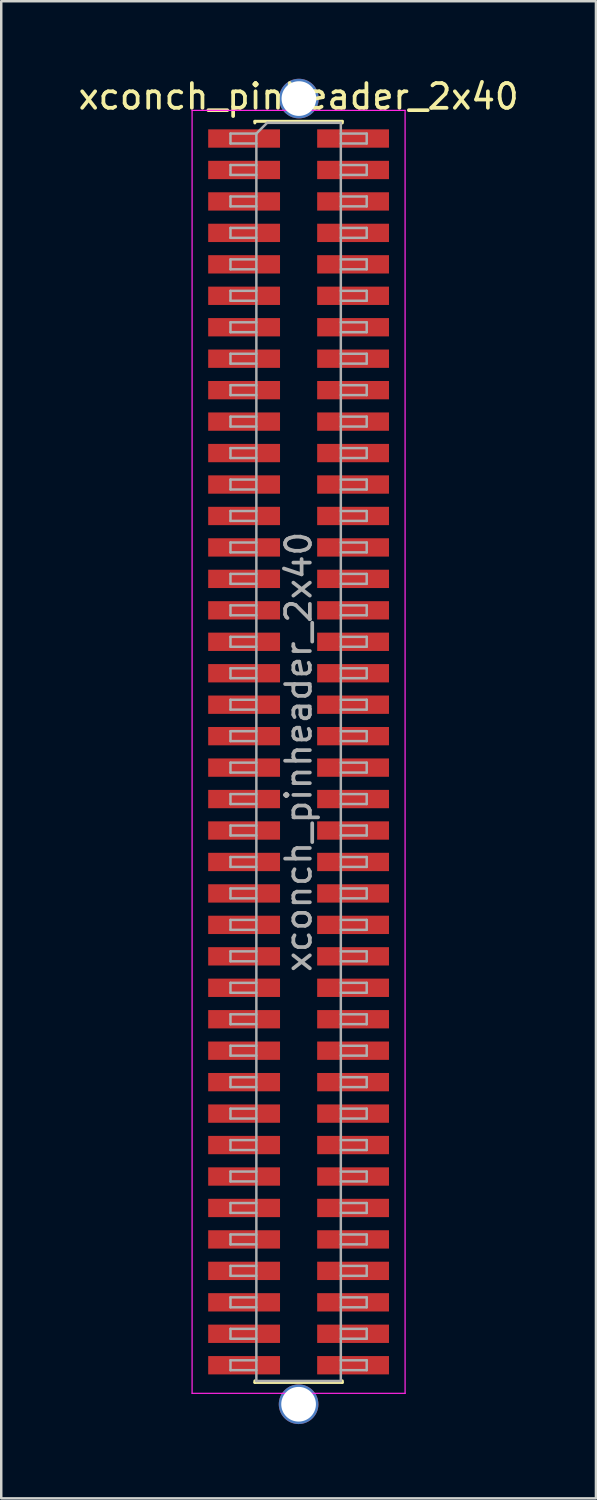
<source format=kicad_pcb>
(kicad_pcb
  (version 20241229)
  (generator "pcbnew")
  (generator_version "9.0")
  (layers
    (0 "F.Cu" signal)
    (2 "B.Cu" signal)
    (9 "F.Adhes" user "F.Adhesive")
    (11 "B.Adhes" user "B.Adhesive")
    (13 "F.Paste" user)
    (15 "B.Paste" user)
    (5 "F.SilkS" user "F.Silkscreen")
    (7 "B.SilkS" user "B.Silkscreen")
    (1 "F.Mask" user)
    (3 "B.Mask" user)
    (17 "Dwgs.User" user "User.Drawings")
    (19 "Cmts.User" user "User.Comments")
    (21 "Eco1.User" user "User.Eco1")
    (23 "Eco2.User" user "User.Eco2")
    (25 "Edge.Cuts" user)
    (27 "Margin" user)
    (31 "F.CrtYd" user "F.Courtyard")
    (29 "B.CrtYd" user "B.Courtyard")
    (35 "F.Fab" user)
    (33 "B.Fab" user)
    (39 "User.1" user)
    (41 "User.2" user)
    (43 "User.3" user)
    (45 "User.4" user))
  (footprint "xconch_pinheader_2x40"
    (layer "F.Cu")
    (at 9.006 27.308)
    (property "Reference" "xconch_pinheader_2x40" (at 0 -26.46 0) (layer "F.SilkS") (effects (font (size 1 1) (thickness 0.15))))
    (attr smd)
    (fp_line (start -1.765 -25.46) (end -1.765 -25.395) (stroke (width 0.12) (type solid)) (layer "F.SilkS"))
    (fp_line (start -1.765 -25.46) (end 1.765 -25.46) (stroke (width 0.12) (type solid)) (layer "F.SilkS"))
    (fp_line (start -1.765 25.395) (end -1.765 25.46) (stroke (width 0.12) (type solid)) (layer "F.SilkS"))
    (fp_line (start -1.765 25.46) (end 1.765 25.46) (stroke (width 0.12) (type solid)) (layer "F.SilkS"))
    (fp_line (start 1.765 -25.46) (end 1.765 -25.395) (stroke (width 0.12) (type solid)) (layer "F.SilkS"))
    (fp_line (start 1.765 25.395) (end 1.765 25.46) (stroke (width 0.12) (type solid)) (layer "F.SilkS"))
    (fp_line (start -4.3 -25.9) (end -4.3 25.9) (stroke (width 0.05) (type solid)) (layer "F.CrtYd"))
    (fp_line (start -4.3 25.9) (end 4.3 25.9) (stroke (width 0.05) (type solid)) (layer "F.CrtYd"))
    (fp_line (start 4.3 -25.9) (end -4.3 -25.9) (stroke (width 0.05) (type solid)) (layer "F.CrtYd"))
    (fp_line (start 4.3 25.9) (end 4.3 -25.9) (stroke (width 0.05) (type solid)) (layer "F.CrtYd"))
    (fp_line (start -2.75 -24.965) (end -2.75 -24.565) (stroke (width 0.1) (type solid)) (layer "F.Fab"))
    (fp_line (start -2.75 -24.565) (end -1.705 -24.565) (stroke (width 0.1) (type solid)) (layer "F.Fab"))
    (fp_line (start -2.75 -23.695) (end -2.75 -23.295) (stroke (width 0.1) (type solid)) (layer "F.Fab"))
    (fp_line (start -2.75 -23.295) (end -1.705 -23.295) (stroke (width 0.1) (type solid)) (layer "F.Fab"))
    (fp_line (start -2.75 -22.425) (end -2.75 -22.025) (stroke (width 0.1) (type solid)) (layer "F.Fab"))
    (fp_line (start -2.75 -22.025) (end -1.705 -22.025) (stroke (width 0.1) (type solid)) (layer "F.Fab"))
    (fp_line (start -2.75 -21.155) (end -2.75 -20.755) (stroke (width 0.1) (type solid)) (layer "F.Fab"))
    (fp_line (start -2.75 -20.755) (end -1.705 -20.755) (stroke (width 0.1) (type solid)) (layer "F.Fab"))
    (fp_line (start -2.75 -19.885) (end -2.75 -19.485) (stroke (width 0.1) (type solid)) (layer "F.Fab"))
    (fp_line (start -2.75 -19.485) (end -1.705 -19.485) (stroke (width 0.1) (type solid)) (layer "F.Fab"))
    (fp_line (start -2.75 -18.615) (end -2.75 -18.215) (stroke (width 0.1) (type solid)) (layer "F.Fab"))
    (fp_line (start -2.75 -18.215) (end -1.705 -18.215) (stroke (width 0.1) (type solid)) (layer "F.Fab"))
    (fp_line (start -2.75 -17.345) (end -2.75 -16.945) (stroke (width 0.1) (type solid)) (layer "F.Fab"))
    (fp_line (start -2.75 -16.945) (end -1.705 -16.945) (stroke (width 0.1) (type solid)) (layer "F.Fab"))
    (fp_line (start -2.75 -16.075) (end -2.75 -15.675) (stroke (width 0.1) (type solid)) (layer "F.Fab"))
    (fp_line (start -2.75 -15.675) (end -1.705 -15.675) (stroke (width 0.1) (type solid)) (layer "F.Fab"))
    (fp_line (start -2.75 -14.805) (end -2.75 -14.405) (stroke (width 0.1) (type solid)) (layer "F.Fab"))
    (fp_line (start -2.75 -14.405) (end -1.705 -14.405) (stroke (width 0.1) (type solid)) (layer "F.Fab"))
    (fp_line (start -2.75 -13.535) (end -2.75 -13.135) (stroke (width 0.1) (type solid)) (layer "F.Fab"))
    (fp_line (start -2.75 -13.135) (end -1.705 -13.135) (stroke (width 0.1) (type solid)) (layer "F.Fab"))
    (fp_line (start -2.75 -12.265) (end -2.75 -11.865) (stroke (width 0.1) (type solid)) (layer "F.Fab"))
    (fp_line (start -2.75 -11.865) (end -1.705 -11.865) (stroke (width 0.1) (type solid)) (layer "F.Fab"))
    (fp_line (start -2.75 -10.995) (end -2.75 -10.595) (stroke (width 0.1) (type solid)) (layer "F.Fab"))
    (fp_line (start -2.75 -10.595) (end -1.705 -10.595) (stroke (width 0.1) (type solid)) (layer "F.Fab"))
    (fp_line (start -2.75 -9.725) (end -2.75 -9.325) (stroke (width 0.1) (type solid)) (layer "F.Fab"))
    (fp_line (start -2.75 -9.325) (end -1.705 -9.325) (stroke (width 0.1) (type solid)) (layer "F.Fab"))
    (fp_line (start -2.75 -8.455) (end -2.75 -8.055) (stroke (width 0.1) (type solid)) (layer "F.Fab"))
    (fp_line (start -2.75 -8.055) (end -1.705 -8.055) (stroke (width 0.1) (type solid)) (layer "F.Fab"))
    (fp_line (start -2.75 -7.185) (end -2.75 -6.785) (stroke (width 0.1) (type solid)) (layer "F.Fab"))
    (fp_line (start -2.75 -6.785) (end -1.705 -6.785) (stroke (width 0.1) (type solid)) (layer "F.Fab"))
    (fp_line (start -2.75 -5.915) (end -2.75 -5.515) (stroke (width 0.1) (type solid)) (layer "F.Fab"))
    (fp_line (start -2.75 -5.515) (end -1.705 -5.515) (stroke (width 0.1) (type solid)) (layer "F.Fab"))
    (fp_line (start -2.75 -4.645) (end -2.75 -4.245) (stroke (width 0.1) (type solid)) (layer "F.Fab"))
    (fp_line (start -2.75 -4.245) (end -1.705 -4.245) (stroke (width 0.1) (type solid)) (layer "F.Fab"))
    (fp_line (start -2.75 -3.375) (end -2.75 -2.975) (stroke (width 0.1) (type solid)) (layer "F.Fab"))
    (fp_line (start -2.75 -2.975) (end -1.705 -2.975) (stroke (width 0.1) (type solid)) (layer "F.Fab"))
    (fp_line (start -2.75 -2.105) (end -2.75 -1.705) (stroke (width 0.1) (type solid)) (layer "F.Fab"))
    (fp_line (start -2.75 -1.705) (end -1.705 -1.705) (stroke (width 0.1) (type solid)) (layer "F.Fab"))
    (fp_line (start -2.75 -0.835) (end -2.75 -0.435) (stroke (width 0.1) (type solid)) (layer "F.Fab"))
    (fp_line (start -2.75 -0.435) (end -1.705 -0.435) (stroke (width 0.1) (type solid)) (layer "F.Fab"))
    (fp_line (start -2.75 0.435) (end -2.75 0.835) (stroke (width 0.1) (type solid)) (layer "F.Fab"))
    (fp_line (start -2.75 0.835) (end -1.705 0.835) (stroke (width 0.1) (type solid)) (layer "F.Fab"))
    (fp_line (start -2.75 1.705) (end -2.75 2.105) (stroke (width 0.1) (type solid)) (layer "F.Fab"))
    (fp_line (start -2.75 2.105) (end -1.705 2.105) (stroke (width 0.1) (type solid)) (layer "F.Fab"))
    (fp_line (start -2.75 2.975) (end -2.75 3.375) (stroke (width 0.1) (type solid)) (layer "F.Fab"))
    (fp_line (start -2.75 3.375) (end -1.705 3.375) (stroke (width 0.1) (type solid)) (layer "F.Fab"))
    (fp_line (start -2.75 4.245) (end -2.75 4.645) (stroke (width 0.1) (type solid)) (layer "F.Fab"))
    (fp_line (start -2.75 4.645) (end -1.705 4.645) (stroke (width 0.1) (type solid)) (layer "F.Fab"))
    (fp_line (start -2.75 5.515) (end -2.75 5.915) (stroke (width 0.1) (type solid)) (layer "F.Fab"))
    (fp_line (start -2.75 5.915) (end -1.705 5.915) (stroke (width 0.1) (type solid)) (layer "F.Fab"))
    (fp_line (start -2.75 6.785) (end -2.75 7.185) (stroke (width 0.1) (type solid)) (layer "F.Fab"))
    (fp_line (start -2.75 7.185) (end -1.705 7.185) (stroke (width 0.1) (type solid)) (layer "F.Fab"))
    (fp_line (start -2.75 8.055) (end -2.75 8.455) (stroke (width 0.1) (type solid)) (layer "F.Fab"))
    (fp_line (start -2.75 8.455) (end -1.705 8.455) (stroke (width 0.1) (type solid)) (layer "F.Fab"))
    (fp_line (start -2.75 9.325) (end -2.75 9.725) (stroke (width 0.1) (type solid)) (layer "F.Fab"))
    (fp_line (start -2.75 9.725) (end -1.705 9.725) (stroke (width 0.1) (type solid)) (layer "F.Fab"))
    (fp_line (start -2.75 10.595) (end -2.75 10.995) (stroke (width 0.1) (type solid)) (layer "F.Fab"))
    (fp_line (start -2.75 10.995) (end -1.705 10.995) (stroke (width 0.1) (type solid)) (layer "F.Fab"))
    (fp_line (start -2.75 11.865) (end -2.75 12.265) (stroke (width 0.1) (type solid)) (layer "F.Fab"))
    (fp_line (start -2.75 12.265) (end -1.705 12.265) (stroke (width 0.1) (type solid)) (layer "F.Fab"))
    (fp_line (start -2.75 13.135) (end -2.75 13.535) (stroke (width 0.1) (type solid)) (layer "F.Fab"))
    (fp_line (start -2.75 13.535) (end -1.705 13.535) (stroke (width 0.1) (type solid)) (layer "F.Fab"))
    (fp_line (start -2.75 14.405) (end -2.75 14.805) (stroke (width 0.1) (type solid)) (layer "F.Fab"))
    (fp_line (start -2.75 14.805) (end -1.705 14.805) (stroke (width 0.1) (type solid)) (layer "F.Fab"))
    (fp_line (start -2.75 15.675) (end -2.75 16.075) (stroke (width 0.1) (type solid)) (layer "F.Fab"))
    (fp_line (start -2.75 16.075) (end -1.705 16.075) (stroke (width 0.1) (type solid)) (layer "F.Fab"))
    (fp_line (start -2.75 16.945) (end -2.75 17.345) (stroke (width 0.1) (type solid)) (layer "F.Fab"))
    (fp_line (start -2.75 17.345) (end -1.705 17.345) (stroke (width 0.1) (type solid)) (layer "F.Fab"))
    (fp_line (start -2.75 18.215) (end -2.75 18.615) (stroke (width 0.1) (type solid)) (layer "F.Fab"))
    (fp_line (start -2.75 18.615) (end -1.705 18.615) (stroke (width 0.1) (type solid)) (layer "F.Fab"))
    (fp_line (start -2.75 19.485) (end -2.75 19.885) (stroke (width 0.1) (type solid)) (layer "F.Fab"))
    (fp_line (start -2.75 19.885) (end -1.705 19.885) (stroke (width 0.1) (type solid)) (layer "F.Fab"))
    (fp_line (start -2.75 20.755) (end -2.75 21.155) (stroke (width 0.1) (type solid)) (layer "F.Fab"))
    (fp_line (start -2.75 21.155) (end -1.705 21.155) (stroke (width 0.1) (type solid)) (layer "F.Fab"))
    (fp_line (start -2.75 22.025) (end -2.75 22.425) (stroke (width 0.1) (type solid)) (layer "F.Fab"))
    (fp_line (start -2.75 22.425) (end -1.705 22.425) (stroke (width 0.1) (type solid)) (layer "F.Fab"))
    (fp_line (start -2.75 23.295) (end -2.75 23.695) (stroke (width 0.1) (type solid)) (layer "F.Fab"))
    (fp_line (start -2.75 23.695) (end -1.705 23.695) (stroke (width 0.1) (type solid)) (layer "F.Fab"))
    (fp_line (start -2.75 24.565) (end -2.75 24.965) (stroke (width 0.1) (type solid)) (layer "F.Fab"))
    (fp_line (start -2.75 24.965) (end -1.705 24.965) (stroke (width 0.1) (type solid)) (layer "F.Fab"))
    (fp_line (start -1.705 -24.965) (end -2.75 -24.965) (stroke (width 0.1) (type solid)) (layer "F.Fab"))
    (fp_line (start -1.705 -24.965) (end -1.27 -25.4) (stroke (width 0.1) (type solid)) (layer "F.Fab"))
    (fp_line (start -1.705 -23.695) (end -2.75 -23.695) (stroke (width 0.1) (type solid)) (layer "F.Fab"))
    (fp_line (start -1.705 -22.425) (end -2.75 -22.425) (stroke (width 0.1) (type solid)) (layer "F.Fab"))
    (fp_line (start -1.705 -21.155) (end -2.75 -21.155) (stroke (width 0.1) (type solid)) (layer "F.Fab"))
    (fp_line (start -1.705 -19.885) (end -2.75 -19.885) (stroke (width 0.1) (type solid)) (layer "F.Fab"))
    (fp_line (start -1.705 -18.615) (end -2.75 -18.615) (stroke (width 0.1) (type solid)) (layer "F.Fab"))
    (fp_line (start -1.705 -17.345) (end -2.75 -17.345) (stroke (width 0.1) (type solid)) (layer "F.Fab"))
    (fp_line (start -1.705 -16.075) (end -2.75 -16.075) (stroke (width 0.1) (type solid)) (layer "F.Fab"))
    (fp_line (start -1.705 -14.805) (end -2.75 -14.805) (stroke (width 0.1) (type solid)) (layer "F.Fab"))
    (fp_line (start -1.705 -13.535) (end -2.75 -13.535) (stroke (width 0.1) (type solid)) (layer "F.Fab"))
    (fp_line (start -1.705 -12.265) (end -2.75 -12.265) (stroke (width 0.1) (type solid)) (layer "F.Fab"))
    (fp_line (start -1.705 -10.995) (end -2.75 -10.995) (stroke (width 0.1) (type solid)) (layer "F.Fab"))
    (fp_line (start -1.705 -9.725) (end -2.75 -9.725) (stroke (width 0.1) (type solid)) (layer "F.Fab"))
    (fp_line (start -1.705 -8.455) (end -2.75 -8.455) (stroke (width 0.1) (type solid)) (layer "F.Fab"))
    (fp_line (start -1.705 -7.185) (end -2.75 -7.185) (stroke (width 0.1) (type solid)) (layer "F.Fab"))
    (fp_line (start -1.705 -5.915) (end -2.75 -5.915) (stroke (width 0.1) (type solid)) (layer "F.Fab"))
    (fp_line (start -1.705 -4.645) (end -2.75 -4.645) (stroke (width 0.1) (type solid)) (layer "F.Fab"))
    (fp_line (start -1.705 -3.375) (end -2.75 -3.375) (stroke (width 0.1) (type solid)) (layer "F.Fab"))
    (fp_line (start -1.705 -2.105) (end -2.75 -2.105) (stroke (width 0.1) (type solid)) (layer "F.Fab"))
    (fp_line (start -1.705 -0.835) (end -2.75 -0.835) (stroke (width 0.1) (type solid)) (layer "F.Fab"))
    (fp_line (start -1.705 0.435) (end -2.75 0.435) (stroke (width 0.1) (type solid)) (layer "F.Fab"))
    (fp_line (start -1.705 1.705) (end -2.75 1.705) (stroke (width 0.1) (type solid)) (layer "F.Fab"))
    (fp_line (start -1.705 2.975) (end -2.75 2.975) (stroke (width 0.1) (type solid)) (layer "F.Fab"))
    (fp_line (start -1.705 4.245) (end -2.75 4.245) (stroke (width 0.1) (type solid)) (layer "F.Fab"))
    (fp_line (start -1.705 5.515) (end -2.75 5.515) (stroke (width 0.1) (type solid)) (layer "F.Fab"))
    (fp_line (start -1.705 6.785) (end -2.75 6.785) (stroke (width 0.1) (type solid)) (layer "F.Fab"))
    (fp_line (start -1.705 8.055) (end -2.75 8.055) (stroke (width 0.1) (type solid)) (layer "F.Fab"))
    (fp_line (start -1.705 9.325) (end -2.75 9.325) (stroke (width 0.1) (type solid)) (layer "F.Fab"))
    (fp_line (start -1.705 10.595) (end -2.75 10.595) (stroke (width 0.1) (type solid)) (layer "F.Fab"))
    (fp_line (start -1.705 11.865) (end -2.75 11.865) (stroke (width 0.1) (type solid)) (layer "F.Fab"))
    (fp_line (start -1.705 13.135) (end -2.75 13.135) (stroke (width 0.1) (type solid)) (layer "F.Fab"))
    (fp_line (start -1.705 14.405) (end -2.75 14.405) (stroke (width 0.1) (type solid)) (layer "F.Fab"))
    (fp_line (start -1.705 15.675) (end -2.75 15.675) (stroke (width 0.1) (type solid)) (layer "F.Fab"))
    (fp_line (start -1.705 16.945) (end -2.75 16.945) (stroke (width 0.1) (type solid)) (layer "F.Fab"))
    (fp_line (start -1.705 18.215) (end -2.75 18.215) (stroke (width 0.1) (type solid)) (layer "F.Fab"))
    (fp_line (start -1.705 19.485) (end -2.75 19.485) (stroke (width 0.1) (type solid)) (layer "F.Fab"))
    (fp_line (start -1.705 20.755) (end -2.75 20.755) (stroke (width 0.1) (type solid)) (layer "F.Fab"))
    (fp_line (start -1.705 22.025) (end -2.75 22.025) (stroke (width 0.1) (type solid)) (layer "F.Fab"))
    (fp_line (start -1.705 23.295) (end -2.75 23.295) (stroke (width 0.1) (type solid)) (layer "F.Fab"))
    (fp_line (start -1.705 24.565) (end -2.75 24.565) (stroke (width 0.1) (type solid)) (layer "F.Fab"))
    (fp_line (start -1.705 25.4) (end -1.705 -24.965) (stroke (width 0.1) (type solid)) (layer "F.Fab"))
    (fp_line (start -1.27 -25.4) (end 1.705 -25.4) (stroke (width 0.1) (type solid)) (layer "F.Fab"))
    (fp_line (start 1.705 -25.4) (end 1.705 25.4) (stroke (width 0.1) (type solid)) (layer "F.Fab"))
    (fp_line (start 1.705 -24.965) (end 2.75 -24.965) (stroke (width 0.1) (type solid)) (layer "F.Fab"))
    (fp_line (start 1.705 -23.695) (end 2.75 -23.695) (stroke (width 0.1) (type solid)) (layer "F.Fab"))
    (fp_line (start 1.705 -22.425) (end 2.75 -22.425) (stroke (width 0.1) (type solid)) (layer "F.Fab"))
    (fp_line (start 1.705 -21.155) (end 2.75 -21.155) (stroke (width 0.1) (type solid)) (layer "F.Fab"))
    (fp_line (start 1.705 -19.885) (end 2.75 -19.885) (stroke (width 0.1) (type solid)) (layer "F.Fab"))
    (fp_line (start 1.705 -18.615) (end 2.75 -18.615) (stroke (width 0.1) (type solid)) (layer "F.Fab"))
    (fp_line (start 1.705 -17.345) (end 2.75 -17.345) (stroke (width 0.1) (type solid)) (layer "F.Fab"))
    (fp_line (start 1.705 -16.075) (end 2.75 -16.075) (stroke (width 0.1) (type solid)) (layer "F.Fab"))
    (fp_line (start 1.705 -14.805) (end 2.75 -14.805) (stroke (width 0.1) (type solid)) (layer "F.Fab"))
    (fp_line (start 1.705 -13.535) (end 2.75 -13.535) (stroke (width 0.1) (type solid)) (layer "F.Fab"))
    (fp_line (start 1.705 -12.265) (end 2.75 -12.265) (stroke (width 0.1) (type solid)) (layer "F.Fab"))
    (fp_line (start 1.705 -10.995) (end 2.75 -10.995) (stroke (width 0.1) (type solid)) (layer "F.Fab"))
    (fp_line (start 1.705 -9.725) (end 2.75 -9.725) (stroke (width 0.1) (type solid)) (layer "F.Fab"))
    (fp_line (start 1.705 -8.455) (end 2.75 -8.455) (stroke (width 0.1) (type solid)) (layer "F.Fab"))
    (fp_line (start 1.705 -7.185) (end 2.75 -7.185) (stroke (width 0.1) (type solid)) (layer "F.Fab"))
    (fp_line (start 1.705 -5.915) (end 2.75 -5.915) (stroke (width 0.1) (type solid)) (layer "F.Fab"))
    (fp_line (start 1.705 -4.645) (end 2.75 -4.645) (stroke (width 0.1) (type solid)) (layer "F.Fab"))
    (fp_line (start 1.705 -3.375) (end 2.75 -3.375) (stroke (width 0.1) (type solid)) (layer "F.Fab"))
    (fp_line (start 1.705 -2.105) (end 2.75 -2.105) (stroke (width 0.1) (type solid)) (layer "F.Fab"))
    (fp_line (start 1.705 -0.835) (end 2.75 -0.835) (stroke (width 0.1) (type solid)) (layer "F.Fab"))
    (fp_line (start 1.705 0.435) (end 2.75 0.435) (stroke (width 0.1) (type solid)) (layer "F.Fab"))
    (fp_line (start 1.705 1.705) (end 2.75 1.705) (stroke (width 0.1) (type solid)) (layer "F.Fab"))
    (fp_line (start 1.705 2.975) (end 2.75 2.975) (stroke (width 0.1) (type solid)) (layer "F.Fab"))
    (fp_line (start 1.705 4.245) (end 2.75 4.245) (stroke (width 0.1) (type solid)) (layer "F.Fab"))
    (fp_line (start 1.705 5.515) (end 2.75 5.515) (stroke (width 0.1) (type solid)) (layer "F.Fab"))
    (fp_line (start 1.705 6.785) (end 2.75 6.785) (stroke (width 0.1) (type solid)) (layer "F.Fab"))
    (fp_line (start 1.705 8.055) (end 2.75 8.055) (stroke (width 0.1) (type solid)) (layer "F.Fab"))
    (fp_line (start 1.705 9.325) (end 2.75 9.325) (stroke (width 0.1) (type solid)) (layer "F.Fab"))
    (fp_line (start 1.705 10.595) (end 2.75 10.595) (stroke (width 0.1) (type solid)) (layer "F.Fab"))
    (fp_line (start 1.705 11.865) (end 2.75 11.865) (stroke (width 0.1) (type solid)) (layer "F.Fab"))
    (fp_line (start 1.705 13.135) (end 2.75 13.135) (stroke (width 0.1) (type solid)) (layer "F.Fab"))
    (fp_line (start 1.705 14.405) (end 2.75 14.405) (stroke (width 0.1) (type solid)) (layer "F.Fab"))
    (fp_line (start 1.705 15.675) (end 2.75 15.675) (stroke (width 0.1) (type solid)) (layer "F.Fab"))
    (fp_line (start 1.705 16.945) (end 2.75 16.945) (stroke (width 0.1) (type solid)) (layer "F.Fab"))
    (fp_line (start 1.705 18.215) (end 2.75 18.215) (stroke (width 0.1) (type solid)) (layer "F.Fab"))
    (fp_line (start 1.705 19.485) (end 2.75 19.485) (stroke (width 0.1) (type solid)) (layer "F.Fab"))
    (fp_line (start 1.705 20.755) (end 2.75 20.755) (stroke (width 0.1) (type solid)) (layer "F.Fab"))
    (fp_line (start 1.705 22.025) (end 2.75 22.025) (stroke (width 0.1) (type solid)) (layer "F.Fab"))
    (fp_line (start 1.705 23.295) (end 2.75 23.295) (stroke (width 0.1) (type solid)) (layer "F.Fab"))
    (fp_line (start 1.705 24.565) (end 2.75 24.565) (stroke (width 0.1) (type solid)) (layer "F.Fab"))
    (fp_line (start 1.705 25.4) (end -1.705 25.4) (stroke (width 0.1) (type solid)) (layer "F.Fab"))
    (fp_line (start 2.75 -24.965) (end 2.75 -24.565) (stroke (width 0.1) (type solid)) (layer "F.Fab"))
    (fp_line (start 2.75 -24.565) (end 1.705 -24.565) (stroke (width 0.1) (type solid)) (layer "F.Fab"))
    (fp_line (start 2.75 -23.695) (end 2.75 -23.295) (stroke (width 0.1) (type solid)) (layer "F.Fab"))
    (fp_line (start 2.75 -23.295) (end 1.705 -23.295) (stroke (width 0.1) (type solid)) (layer "F.Fab"))
    (fp_line (start 2.75 -22.425) (end 2.75 -22.025) (stroke (width 0.1) (type solid)) (layer "F.Fab"))
    (fp_line (start 2.75 -22.025) (end 1.705 -22.025) (stroke (width 0.1) (type solid)) (layer "F.Fab"))
    (fp_line (start 2.75 -21.155) (end 2.75 -20.755) (stroke (width 0.1) (type solid)) (layer "F.Fab"))
    (fp_line (start 2.75 -20.755) (end 1.705 -20.755) (stroke (width 0.1) (type solid)) (layer "F.Fab"))
    (fp_line (start 2.75 -19.885) (end 2.75 -19.485) (stroke (width 0.1) (type solid)) (layer "F.Fab"))
    (fp_line (start 2.75 -19.485) (end 1.705 -19.485) (stroke (width 0.1) (type solid)) (layer "F.Fab"))
    (fp_line (start 2.75 -18.615) (end 2.75 -18.215) (stroke (width 0.1) (type solid)) (layer "F.Fab"))
    (fp_line (start 2.75 -18.215) (end 1.705 -18.215) (stroke (width 0.1) (type solid)) (layer "F.Fab"))
    (fp_line (start 2.75 -17.345) (end 2.75 -16.945) (stroke (width 0.1) (type solid)) (layer "F.Fab"))
    (fp_line (start 2.75 -16.945) (end 1.705 -16.945) (stroke (width 0.1) (type solid)) (layer "F.Fab"))
    (fp_line (start 2.75 -16.075) (end 2.75 -15.675) (stroke (width 0.1) (type solid)) (layer "F.Fab"))
    (fp_line (start 2.75 -15.675) (end 1.705 -15.675) (stroke (width 0.1) (type solid)) (layer "F.Fab"))
    (fp_line (start 2.75 -14.805) (end 2.75 -14.405) (stroke (width 0.1) (type solid)) (layer "F.Fab"))
    (fp_line (start 2.75 -14.405) (end 1.705 -14.405) (stroke (width 0.1) (type solid)) (layer "F.Fab"))
    (fp_line (start 2.75 -13.535) (end 2.75 -13.135) (stroke (width 0.1) (type solid)) (layer "F.Fab"))
    (fp_line (start 2.75 -13.135) (end 1.705 -13.135) (stroke (width 0.1) (type solid)) (layer "F.Fab"))
    (fp_line (start 2.75 -12.265) (end 2.75 -11.865) (stroke (width 0.1) (type solid)) (layer "F.Fab"))
    (fp_line (start 2.75 -11.865) (end 1.705 -11.865) (stroke (width 0.1) (type solid)) (layer "F.Fab"))
    (fp_line (start 2.75 -10.995) (end 2.75 -10.595) (stroke (width 0.1) (type solid)) (layer "F.Fab"))
    (fp_line (start 2.75 -10.595) (end 1.705 -10.595) (stroke (width 0.1) (type solid)) (layer "F.Fab"))
    (fp_line (start 2.75 -9.725) (end 2.75 -9.325) (stroke (width 0.1) (type solid)) (layer "F.Fab"))
    (fp_line (start 2.75 -9.325) (end 1.705 -9.325) (stroke (width 0.1) (type solid)) (layer "F.Fab"))
    (fp_line (start 2.75 -8.455) (end 2.75 -8.055) (stroke (width 0.1) (type solid)) (layer "F.Fab"))
    (fp_line (start 2.75 -8.055) (end 1.705 -8.055) (stroke (width 0.1) (type solid)) (layer "F.Fab"))
    (fp_line (start 2.75 -7.185) (end 2.75 -6.785) (stroke (width 0.1) (type solid)) (layer "F.Fab"))
    (fp_line (start 2.75 -6.785) (end 1.705 -6.785) (stroke (width 0.1) (type solid)) (layer "F.Fab"))
    (fp_line (start 2.75 -5.915) (end 2.75 -5.515) (stroke (width 0.1) (type solid)) (layer "F.Fab"))
    (fp_line (start 2.75 -5.515) (end 1.705 -5.515) (stroke (width 0.1) (type solid)) (layer "F.Fab"))
    (fp_line (start 2.75 -4.645) (end 2.75 -4.245) (stroke (width 0.1) (type solid)) (layer "F.Fab"))
    (fp_line (start 2.75 -4.245) (end 1.705 -4.245) (stroke (width 0.1) (type solid)) (layer "F.Fab"))
    (fp_line (start 2.75 -3.375) (end 2.75 -2.975) (stroke (width 0.1) (type solid)) (layer "F.Fab"))
    (fp_line (start 2.75 -2.975) (end 1.705 -2.975) (stroke (width 0.1) (type solid)) (layer "F.Fab"))
    (fp_line (start 2.75 -2.105) (end 2.75 -1.705) (stroke (width 0.1) (type solid)) (layer "F.Fab"))
    (fp_line (start 2.75 -1.705) (end 1.705 -1.705) (stroke (width 0.1) (type solid)) (layer "F.Fab"))
    (fp_line (start 2.75 -0.835) (end 2.75 -0.435) (stroke (width 0.1) (type solid)) (layer "F.Fab"))
    (fp_line (start 2.75 -0.435) (end 1.705 -0.435) (stroke (width 0.1) (type solid)) (layer "F.Fab"))
    (fp_line (start 2.75 0.435) (end 2.75 0.835) (stroke (width 0.1) (type solid)) (layer "F.Fab"))
    (fp_line (start 2.75 0.835) (end 1.705 0.835) (stroke (width 0.1) (type solid)) (layer "F.Fab"))
    (fp_line (start 2.75 1.705) (end 2.75 2.105) (stroke (width 0.1) (type solid)) (layer "F.Fab"))
    (fp_line (start 2.75 2.105) (end 1.705 2.105) (stroke (width 0.1) (type solid)) (layer "F.Fab"))
    (fp_line (start 2.75 2.975) (end 2.75 3.375) (stroke (width 0.1) (type solid)) (layer "F.Fab"))
    (fp_line (start 2.75 3.375) (end 1.705 3.375) (stroke (width 0.1) (type solid)) (layer "F.Fab"))
    (fp_line (start 2.75 4.245) (end 2.75 4.645) (stroke (width 0.1) (type solid)) (layer "F.Fab"))
    (fp_line (start 2.75 4.645) (end 1.705 4.645) (stroke (width 0.1) (type solid)) (layer "F.Fab"))
    (fp_line (start 2.75 5.515) (end 2.75 5.915) (stroke (width 0.1) (type solid)) (layer "F.Fab"))
    (fp_line (start 2.75 5.915) (end 1.705 5.915) (stroke (width 0.1) (type solid)) (layer "F.Fab"))
    (fp_line (start 2.75 6.785) (end 2.75 7.185) (stroke (width 0.1) (type solid)) (layer "F.Fab"))
    (fp_line (start 2.75 7.185) (end 1.705 7.185) (stroke (width 0.1) (type solid)) (layer "F.Fab"))
    (fp_line (start 2.75 8.055) (end 2.75 8.455) (stroke (width 0.1) (type solid)) (layer "F.Fab"))
    (fp_line (start 2.75 8.455) (end 1.705 8.455) (stroke (width 0.1) (type solid)) (layer "F.Fab"))
    (fp_line (start 2.75 9.325) (end 2.75 9.725) (stroke (width 0.1) (type solid)) (layer "F.Fab"))
    (fp_line (start 2.75 9.725) (end 1.705 9.725) (stroke (width 0.1) (type solid)) (layer "F.Fab"))
    (fp_line (start 2.75 10.595) (end 2.75 10.995) (stroke (width 0.1) (type solid)) (layer "F.Fab"))
    (fp_line (start 2.75 10.995) (end 1.705 10.995) (stroke (width 0.1) (type solid)) (layer "F.Fab"))
    (fp_line (start 2.75 11.865) (end 2.75 12.265) (stroke (width 0.1) (type solid)) (layer "F.Fab"))
    (fp_line (start 2.75 12.265) (end 1.705 12.265) (stroke (width 0.1) (type solid)) (layer "F.Fab"))
    (fp_line (start 2.75 13.135) (end 2.75 13.535) (stroke (width 0.1) (type solid)) (layer "F.Fab"))
    (fp_line (start 2.75 13.535) (end 1.705 13.535) (stroke (width 0.1) (type solid)) (layer "F.Fab"))
    (fp_line (start 2.75 14.405) (end 2.75 14.805) (stroke (width 0.1) (type solid)) (layer "F.Fab"))
    (fp_line (start 2.75 14.805) (end 1.705 14.805) (stroke (width 0.1) (type solid)) (layer "F.Fab"))
    (fp_line (start 2.75 15.675) (end 2.75 16.075) (stroke (width 0.1) (type solid)) (layer "F.Fab"))
    (fp_line (start 2.75 16.075) (end 1.705 16.075) (stroke (width 0.1) (type solid)) (layer "F.Fab"))
    (fp_line (start 2.75 16.945) (end 2.75 17.345) (stroke (width 0.1) (type solid)) (layer "F.Fab"))
    (fp_line (start 2.75 17.345) (end 1.705 17.345) (stroke (width 0.1) (type solid)) (layer "F.Fab"))
    (fp_line (start 2.75 18.215) (end 2.75 18.615) (stroke (width 0.1) (type solid)) (layer "F.Fab"))
    (fp_line (start 2.75 18.615) (end 1.705 18.615) (stroke (width 0.1) (type solid)) (layer "F.Fab"))
    (fp_line (start 2.75 19.485) (end 2.75 19.885) (stroke (width 0.1) (type solid)) (layer "F.Fab"))
    (fp_line (start 2.75 19.885) (end 1.705 19.885) (stroke (width 0.1) (type solid)) (layer "F.Fab"))
    (fp_line (start 2.75 20.755) (end 2.75 21.155) (stroke (width 0.1) (type solid)) (layer "F.Fab"))
    (fp_line (start 2.75 21.155) (end 1.705 21.155) (stroke (width 0.1) (type solid)) (layer "F.Fab"))
    (fp_line (start 2.75 22.025) (end 2.75 22.425) (stroke (width 0.1) (type solid)) (layer "F.Fab"))
    (fp_line (start 2.75 22.425) (end 1.705 22.425) (stroke (width 0.1) (type solid)) (layer "F.Fab"))
    (fp_line (start 2.75 23.295) (end 2.75 23.695) (stroke (width 0.1) (type solid)) (layer "F.Fab"))
    (fp_line (start 2.75 23.695) (end 1.705 23.695) (stroke (width 0.1) (type solid)) (layer "F.Fab"))
    (fp_line (start 2.75 24.565) (end 2.75 24.965) (stroke (width 0.1) (type solid)) (layer "F.Fab"))
    (fp_line (start 2.75 24.965) (end 1.705 24.965) (stroke (width 0.1) (type solid)) (layer "F.Fab"))
    (fp_text user "${REFERENCE}" (at 0 0 90) (layer "F.Fab") (effects (font (size 1 1) (thickness 0.15))))
    (pad "" thru_hole circle (at 0 26.34) (size 1.6 1.6) (drill 1.4) (layers "*.Cu" "*.Mask"))
    (pad "" thru_hole circle (at 0.013 -26.378) (size 1.6 1.6) (drill 1.4) (layers "*.Cu" "*.Mask"))
    (pad "1" smd rect (at -2.2 -24.765) (size 2.9 0.74) (layers "F.Cu" "F.Mask" "F.Paste"))
    (pad "2" smd rect (at 2.2 -24.765) (size 2.9 0.74) (layers "F.Cu" "F.Mask" "F.Paste"))
    (pad "3" smd rect (at -2.2 -23.495) (size 2.9 0.74) (layers "F.Cu" "F.Mask" "F.Paste"))
    (pad "4" smd rect (at 2.2 -23.495) (size 2.9 0.74) (layers "F.Cu" "F.Mask" "F.Paste"))
    (pad "5" smd rect (at -2.2 -22.225) (size 2.9 0.74) (layers "F.Cu" "F.Mask" "F.Paste"))
    (pad "6" smd rect (at 2.2 -22.225) (size 2.9 0.74) (layers "F.Cu" "F.Mask" "F.Paste"))
    (pad "7" smd rect (at -2.2 -20.955) (size 2.9 0.74) (layers "F.Cu" "F.Mask" "F.Paste"))
    (pad "8" smd rect (at 2.2 -20.955) (size 2.9 0.74) (layers "F.Cu" "F.Mask" "F.Paste"))
    (pad "9" smd rect (at -2.2 -19.685) (size 2.9 0.74) (layers "F.Cu" "F.Mask" "F.Paste"))
    (pad "10" smd rect (at 2.2 -19.685) (size 2.9 0.74) (layers "F.Cu" "F.Mask" "F.Paste"))
    (pad "11" smd rect (at -2.2 -18.415) (size 2.9 0.74) (layers "F.Cu" "F.Mask" "F.Paste"))
    (pad "12" smd rect (at 2.2 -18.415) (size 2.9 0.74) (layers "F.Cu" "F.Mask" "F.Paste"))
    (pad "13" smd rect (at -2.2 -17.145) (size 2.9 0.74) (layers "F.Cu" "F.Mask" "F.Paste"))
    (pad "14" smd rect (at 2.2 -17.145) (size 2.9 0.74) (layers "F.Cu" "F.Mask" "F.Paste"))
    (pad "15" smd rect (at -2.2 -15.875) (size 2.9 0.74) (layers "F.Cu" "F.Mask" "F.Paste"))
    (pad "16" smd rect (at 2.2 -15.875) (size 2.9 0.74) (layers "F.Cu" "F.Mask" "F.Paste"))
    (pad "17" smd rect (at -2.2 -14.605) (size 2.9 0.74) (layers "F.Cu" "F.Mask" "F.Paste"))
    (pad "18" smd rect (at 2.2 -14.605) (size 2.9 0.74) (layers "F.Cu" "F.Mask" "F.Paste"))
    (pad "19" smd rect (at -2.2 -13.335) (size 2.9 0.74) (layers "F.Cu" "F.Mask" "F.Paste"))
    (pad "20" smd rect (at 2.2 -13.335) (size 2.9 0.74) (layers "F.Cu" "F.Mask" "F.Paste"))
    (pad "21" smd rect (at -2.2 -12.065) (size 2.9 0.74) (layers "F.Cu" "F.Mask" "F.Paste"))
    (pad "22" smd rect (at 2.2 -12.065) (size 2.9 0.74) (layers "F.Cu" "F.Mask" "F.Paste"))
    (pad "23" smd rect (at -2.2 -10.795) (size 2.9 0.74) (layers "F.Cu" "F.Mask" "F.Paste"))
    (pad "24" smd rect (at 2.2 -10.795) (size 2.9 0.74) (layers "F.Cu" "F.Mask" "F.Paste"))
    (pad "25" smd rect (at -2.2 -9.525) (size 2.9 0.74) (layers "F.Cu" "F.Mask" "F.Paste"))
    (pad "26" smd rect (at 2.2 -9.525) (size 2.9 0.74) (layers "F.Cu" "F.Mask" "F.Paste"))
    (pad "27" smd rect (at -2.2 -8.255) (size 2.9 0.74) (layers "F.Cu" "F.Mask" "F.Paste"))
    (pad "28" smd rect (at 2.2 -8.255) (size 2.9 0.74) (layers "F.Cu" "F.Mask" "F.Paste"))
    (pad "29" smd rect (at -2.2 -6.985) (size 2.9 0.74) (layers "F.Cu" "F.Mask" "F.Paste"))
    (pad "30" smd rect (at 2.2 -6.985) (size 2.9 0.74) (layers "F.Cu" "F.Mask" "F.Paste"))
    (pad "31" smd rect (at -2.2 -5.715) (size 2.9 0.74) (layers "F.Cu" "F.Mask" "F.Paste"))
    (pad "32" smd rect (at 2.2 -5.715) (size 2.9 0.74) (layers "F.Cu" "F.Mask" "F.Paste"))
    (pad "33" smd rect (at -2.2 -4.445) (size 2.9 0.74) (layers "F.Cu" "F.Mask" "F.Paste"))
    (pad "34" smd rect (at 2.2 -4.445) (size 2.9 0.74) (layers "F.Cu" "F.Mask" "F.Paste"))
    (pad "35" smd rect (at -2.2 -3.175) (size 2.9 0.74) (layers "F.Cu" "F.Mask" "F.Paste"))
    (pad "36" smd rect (at 2.2 -3.175) (size 2.9 0.74) (layers "F.Cu" "F.Mask" "F.Paste"))
    (pad "37" smd rect (at -2.2 -1.905) (size 2.9 0.74) (layers "F.Cu" "F.Mask" "F.Paste"))
    (pad "38" smd rect (at 2.2 -1.905) (size 2.9 0.74) (layers "F.Cu" "F.Mask" "F.Paste"))
    (pad "39" smd rect (at -2.2 -0.635) (size 2.9 0.74) (layers "F.Cu" "F.Mask" "F.Paste"))
    (pad "40" smd rect (at 2.2 -0.635) (size 2.9 0.74) (layers "F.Cu" "F.Mask" "F.Paste"))
    (pad "41" smd rect (at -2.2 0.635) (size 2.9 0.74) (layers "F.Cu" "F.Mask" "F.Paste"))
    (pad "42" smd rect (at 2.2 0.635) (size 2.9 0.74) (layers "F.Cu" "F.Mask" "F.Paste"))
    (pad "43" smd rect (at -2.2 1.905) (size 2.9 0.74) (layers "F.Cu" "F.Mask" "F.Paste"))
    (pad "44" smd rect (at 2.2 1.905) (size 2.9 0.74) (layers "F.Cu" "F.Mask" "F.Paste"))
    (pad "45" smd rect (at -2.2 3.175) (size 2.9 0.74) (layers "F.Cu" "F.Mask" "F.Paste"))
    (pad "46" smd rect (at 2.2 3.175) (size 2.9 0.74) (layers "F.Cu" "F.Mask" "F.Paste"))
    (pad "47" smd rect (at -2.2 4.445) (size 2.9 0.74) (layers "F.Cu" "F.Mask" "F.Paste"))
    (pad "48" smd rect (at 2.2 4.445) (size 2.9 0.74) (layers "F.Cu" "F.Mask" "F.Paste"))
    (pad "49" smd rect (at -2.2 5.715) (size 2.9 0.74) (layers "F.Cu" "F.Mask" "F.Paste"))
    (pad "50" smd rect (at 2.2 5.715) (size 2.9 0.74) (layers "F.Cu" "F.Mask" "F.Paste"))
    (pad "51" smd rect (at -2.2 6.985) (size 2.9 0.74) (layers "F.Cu" "F.Mask" "F.Paste"))
    (pad "52" smd rect (at 2.2 6.985) (size 2.9 0.74) (layers "F.Cu" "F.Mask" "F.Paste"))
    (pad "53" smd rect (at -2.2 8.255) (size 2.9 0.74) (layers "F.Cu" "F.Mask" "F.Paste"))
    (pad "54" smd rect (at 2.2 8.255) (size 2.9 0.74) (layers "F.Cu" "F.Mask" "F.Paste"))
    (pad "55" smd rect (at -2.2 9.525) (size 2.9 0.74) (layers "F.Cu" "F.Mask" "F.Paste"))
    (pad "56" smd rect (at 2.2 9.525) (size 2.9 0.74) (layers "F.Cu" "F.Mask" "F.Paste"))
    (pad "57" smd rect (at -2.2 10.795) (size 2.9 0.74) (layers "F.Cu" "F.Mask" "F.Paste"))
    (pad "58" smd rect (at 2.2 10.795) (size 2.9 0.74) (layers "F.Cu" "F.Mask" "F.Paste"))
    (pad "59" smd rect (at -2.2 12.065) (size 2.9 0.74) (layers "F.Cu" "F.Mask" "F.Paste"))
    (pad "60" smd rect (at 2.2 12.065) (size 2.9 0.74) (layers "F.Cu" "F.Mask" "F.Paste"))
    (pad "61" smd rect (at -2.2 13.335) (size 2.9 0.74) (layers "F.Cu" "F.Mask" "F.Paste"))
    (pad "62" smd rect (at 2.2 13.335) (size 2.9 0.74) (layers "F.Cu" "F.Mask" "F.Paste"))
    (pad "63" smd rect (at -2.2 14.605) (size 2.9 0.74) (layers "F.Cu" "F.Mask" "F.Paste"))
    (pad "64" smd rect (at 2.2 14.605) (size 2.9 0.74) (layers "F.Cu" "F.Mask" "F.Paste"))
    (pad "65" smd rect (at -2.2 15.875) (size 2.9 0.74) (layers "F.Cu" "F.Mask" "F.Paste"))
    (pad "66" smd rect (at 2.2 15.875) (size 2.9 0.74) (layers "F.Cu" "F.Mask" "F.Paste"))
    (pad "67" smd rect (at -2.2 17.145) (size 2.9 0.74) (layers "F.Cu" "F.Mask" "F.Paste"))
    (pad "68" smd rect (at 2.2 17.145) (size 2.9 0.74) (layers "F.Cu" "F.Mask" "F.Paste"))
    (pad "69" smd rect (at -2.2 18.415) (size 2.9 0.74) (layers "F.Cu" "F.Mask" "F.Paste"))
    (pad "70" smd rect (at 2.2 18.415) (size 2.9 0.74) (layers "F.Cu" "F.Mask" "F.Paste"))
    (pad "71" smd rect (at -2.2 19.685) (size 2.9 0.74) (layers "F.Cu" "F.Mask" "F.Paste"))
    (pad "72" smd rect (at 2.2 19.685) (size 2.9 0.74) (layers "F.Cu" "F.Mask" "F.Paste"))
    (pad "73" smd rect (at -2.2 20.955) (size 2.9 0.74) (layers "F.Cu" "F.Mask" "F.Paste"))
    (pad "74" smd rect (at 2.2 20.955) (size 2.9 0.74) (layers "F.Cu" "F.Mask" "F.Paste"))
    (pad "75" smd rect (at -2.2 22.225) (size 2.9 0.74) (layers "F.Cu" "F.Mask" "F.Paste"))
    (pad "76" smd rect (at 2.2 22.225) (size 2.9 0.74) (layers "F.Cu" "F.Mask" "F.Paste"))
    (pad "77" smd rect (at -2.2 23.495) (size 2.9 0.74) (layers "F.Cu" "F.Mask" "F.Paste"))
    (pad "78" smd rect (at 2.2 23.495) (size 2.9 0.74) (layers "F.Cu" "F.Mask" "F.Paste"))
    (pad "79" smd rect (at -2.2 24.765) (size 2.9 0.74) (layers "F.Cu" "F.Mask" "F.Paste"))
    (pad "80" smd rect (at 2.2 24.765) (size 2.9 0.74) (layers "F.Cu" "F.Mask" "F.Paste")))
  (gr_rect
    (start -3 -3)
    (end 21.012 57.448)
    (stroke (width 0.1) (type default))
    (fill no)
    (layer "Edge.Cuts")))
</source>
